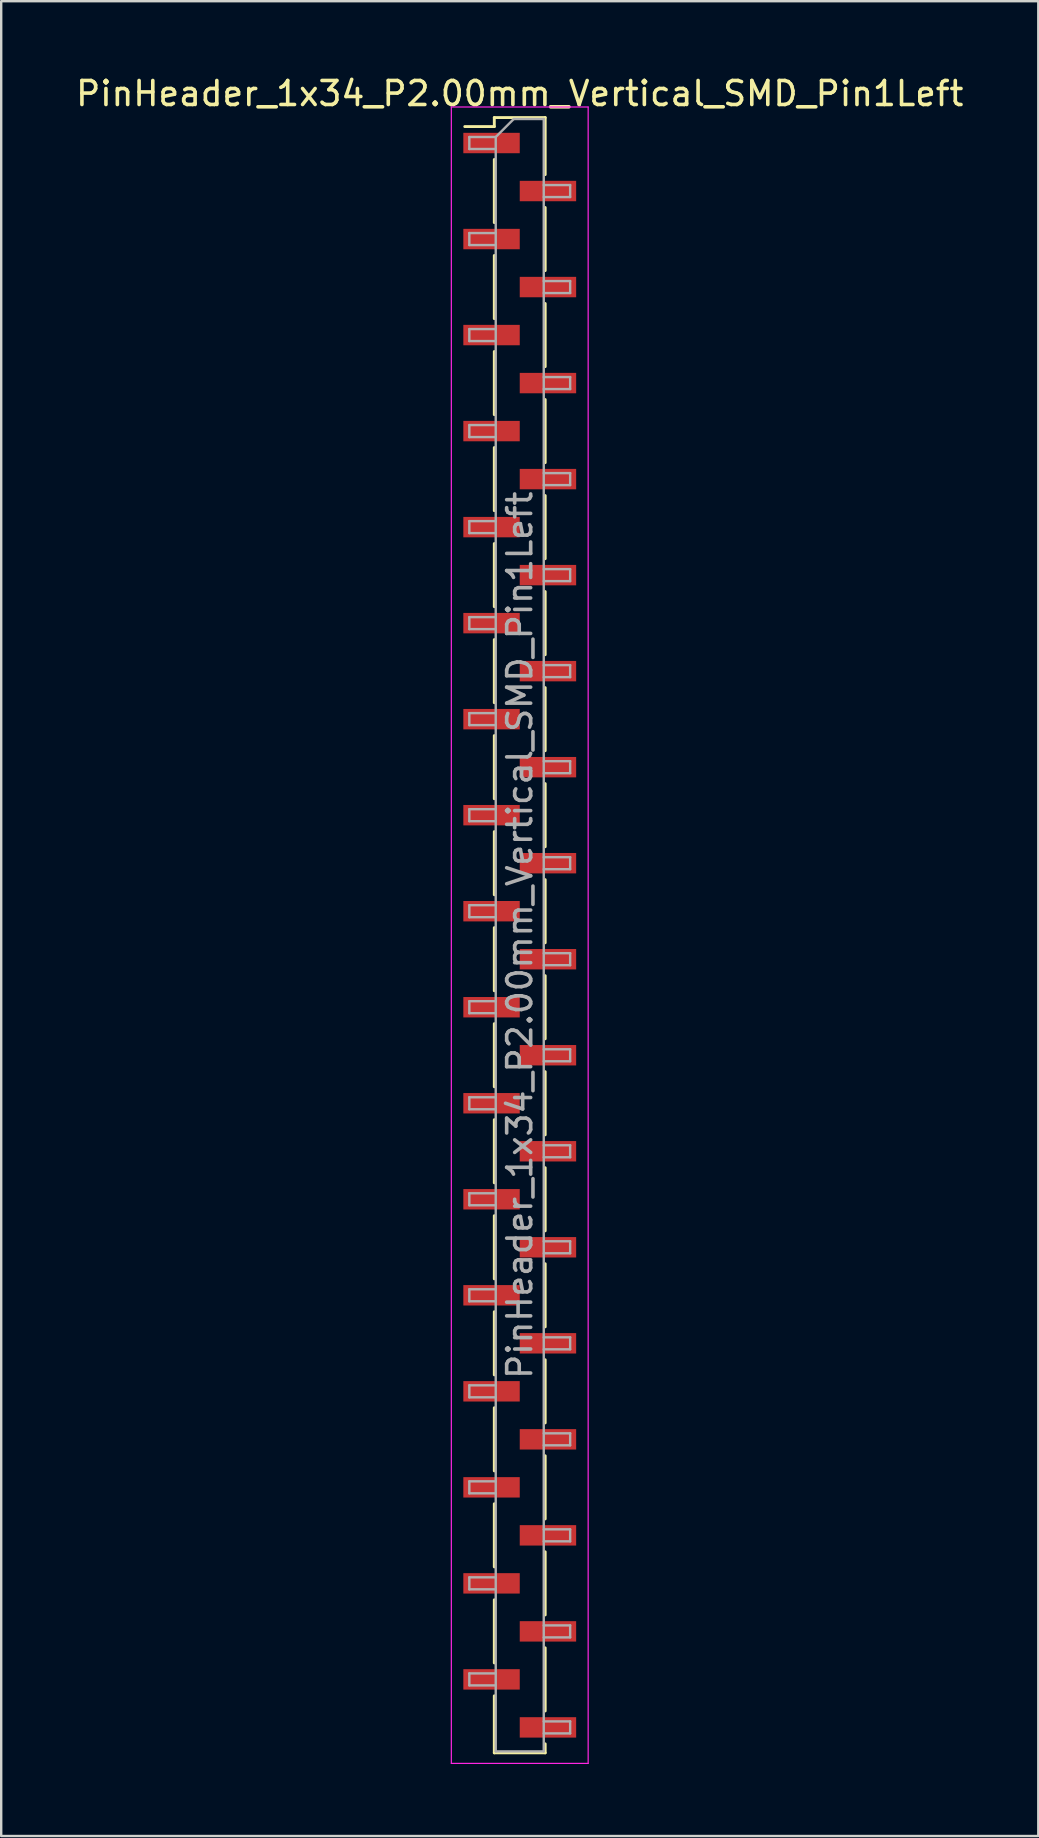
<source format=kicad_pcb>
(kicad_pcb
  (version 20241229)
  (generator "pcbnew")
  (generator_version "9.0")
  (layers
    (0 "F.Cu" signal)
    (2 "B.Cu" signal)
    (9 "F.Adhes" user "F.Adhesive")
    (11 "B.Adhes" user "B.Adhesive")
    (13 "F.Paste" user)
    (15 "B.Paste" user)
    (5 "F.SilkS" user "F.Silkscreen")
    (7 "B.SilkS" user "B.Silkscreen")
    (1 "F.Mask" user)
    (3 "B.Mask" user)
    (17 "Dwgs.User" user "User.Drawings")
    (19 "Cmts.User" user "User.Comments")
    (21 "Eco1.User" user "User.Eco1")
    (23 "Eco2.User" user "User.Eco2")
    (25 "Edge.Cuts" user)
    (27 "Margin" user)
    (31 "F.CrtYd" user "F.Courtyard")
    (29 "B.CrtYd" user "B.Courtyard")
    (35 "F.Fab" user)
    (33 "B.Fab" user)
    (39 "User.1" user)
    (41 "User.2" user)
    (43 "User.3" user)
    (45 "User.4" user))
  (footprint "PinHeader_1x34_P2.00mm_Vertical_SMD_Pin1Left"
    (layer "F.Cu")
    (at 18.601 35.908)
    (property "Reference" "PinHeader_1x34_P2.00mm_Vertical_SMD_Pin1Left" (at 0 -35.06 0) (layer "F.SilkS") (effects (font (size 1 1) (thickness 0.15))))
    (attr smd)
    (fp_line (start -1.06 -34.06) (end -1.06 -33.685) (stroke (width 0.12) (type solid)) (layer "F.SilkS"))
    (fp_line (start -1.06 -34.06) (end 1.06 -34.06) (stroke (width 0.12) (type solid)) (layer "F.SilkS"))
    (fp_line (start -1.06 -33.685) (end -2.29 -33.685) (stroke (width 0.12) (type solid)) (layer "F.SilkS"))
    (fp_line (start -1.06 -32.315) (end -1.06 -29.685) (stroke (width 0.12) (type solid)) (layer "F.SilkS"))
    (fp_line (start -1.06 -28.315) (end -1.06 -25.685) (stroke (width 0.12) (type solid)) (layer "F.SilkS"))
    (fp_line (start -1.06 -24.315) (end -1.06 -21.685) (stroke (width 0.12) (type solid)) (layer "F.SilkS"))
    (fp_line (start -1.06 -20.315) (end -1.06 -17.685) (stroke (width 0.12) (type solid)) (layer "F.SilkS"))
    (fp_line (start -1.06 -16.315) (end -1.06 -13.685) (stroke (width 0.12) (type solid)) (layer "F.SilkS"))
    (fp_line (start -1.06 -12.315) (end -1.06 -9.685) (stroke (width 0.12) (type solid)) (layer "F.SilkS"))
    (fp_line (start -1.06 -8.315) (end -1.06 -5.685) (stroke (width 0.12) (type solid)) (layer "F.SilkS"))
    (fp_line (start -1.06 -4.315) (end -1.06 -1.685) (stroke (width 0.12) (type solid)) (layer "F.SilkS"))
    (fp_line (start -1.06 -0.315) (end -1.06 2.315) (stroke (width 0.12) (type solid)) (layer "F.SilkS"))
    (fp_line (start -1.06 3.685) (end -1.06 6.315) (stroke (width 0.12) (type solid)) (layer "F.SilkS"))
    (fp_line (start -1.06 7.685) (end -1.06 10.315) (stroke (width 0.12) (type solid)) (layer "F.SilkS"))
    (fp_line (start -1.06 11.685) (end -1.06 14.315) (stroke (width 0.12) (type solid)) (layer "F.SilkS"))
    (fp_line (start -1.06 15.685) (end -1.06 18.315) (stroke (width 0.12) (type solid)) (layer "F.SilkS"))
    (fp_line (start -1.06 19.685) (end -1.06 22.315) (stroke (width 0.12) (type solid)) (layer "F.SilkS"))
    (fp_line (start -1.06 23.685) (end -1.06 26.315) (stroke (width 0.12) (type solid)) (layer "F.SilkS"))
    (fp_line (start -1.06 27.685) (end -1.06 30.315) (stroke (width 0.12) (type solid)) (layer "F.SilkS"))
    (fp_line (start -1.06 31.685) (end -1.06 34.06) (stroke (width 0.12) (type solid)) (layer "F.SilkS"))
    (fp_line (start -1.06 34.06) (end 1.06 34.06) (stroke (width 0.12) (type solid)) (layer "F.SilkS"))
    (fp_line (start 1.06 -34.06) (end 1.06 -31.685) (stroke (width 0.12) (type solid)) (layer "F.SilkS"))
    (fp_line (start 1.06 -30.315) (end 1.06 -27.685) (stroke (width 0.12) (type solid)) (layer "F.SilkS"))
    (fp_line (start 1.06 -26.315) (end 1.06 -23.685) (stroke (width 0.12) (type solid)) (layer "F.SilkS"))
    (fp_line (start 1.06 -22.315) (end 1.06 -19.685) (stroke (width 0.12) (type solid)) (layer "F.SilkS"))
    (fp_line (start 1.06 -18.315) (end 1.06 -15.685) (stroke (width 0.12) (type solid)) (layer "F.SilkS"))
    (fp_line (start 1.06 -14.315) (end 1.06 -11.685) (stroke (width 0.12) (type solid)) (layer "F.SilkS"))
    (fp_line (start 1.06 -10.315) (end 1.06 -7.685) (stroke (width 0.12) (type solid)) (layer "F.SilkS"))
    (fp_line (start 1.06 -6.315) (end 1.06 -3.685) (stroke (width 0.12) (type solid)) (layer "F.SilkS"))
    (fp_line (start 1.06 -2.315) (end 1.06 0.315) (stroke (width 0.12) (type solid)) (layer "F.SilkS"))
    (fp_line (start 1.06 1.685) (end 1.06 4.315) (stroke (width 0.12) (type solid)) (layer "F.SilkS"))
    (fp_line (start 1.06 5.685) (end 1.06 8.315) (stroke (width 0.12) (type solid)) (layer "F.SilkS"))
    (fp_line (start 1.06 9.685) (end 1.06 12.315) (stroke (width 0.12) (type solid)) (layer "F.SilkS"))
    (fp_line (start 1.06 13.685) (end 1.06 16.315) (stroke (width 0.12) (type solid)) (layer "F.SilkS"))
    (fp_line (start 1.06 17.685) (end 1.06 20.315) (stroke (width 0.12) (type solid)) (layer "F.SilkS"))
    (fp_line (start 1.06 21.685) (end 1.06 24.315) (stroke (width 0.12) (type solid)) (layer "F.SilkS"))
    (fp_line (start 1.06 25.685) (end 1.06 28.315) (stroke (width 0.12) (type solid)) (layer "F.SilkS"))
    (fp_line (start 1.06 29.685) (end 1.06 32.315) (stroke (width 0.12) (type solid)) (layer "F.SilkS"))
    (fp_line (start 1.06 33.685) (end 1.06 34.06) (stroke (width 0.12) (type solid)) (layer "F.SilkS"))
    (fp_line (start -2.85 -34.5) (end -2.85 34.5) (stroke (width 0.05) (type solid)) (layer "F.CrtYd"))
    (fp_line (start -2.85 34.5) (end 2.85 34.5) (stroke (width 0.05) (type solid)) (layer "F.CrtYd"))
    (fp_line (start 2.85 -34.5) (end -2.85 -34.5) (stroke (width 0.05) (type solid)) (layer "F.CrtYd"))
    (fp_line (start 2.85 34.5) (end 2.85 -34.5) (stroke (width 0.05) (type solid)) (layer "F.CrtYd"))
    (fp_line (start -2.1 -33.25) (end -2.1 -32.75) (stroke (width 0.1) (type solid)) (layer "F.Fab"))
    (fp_line (start -2.1 -32.75) (end -1 -32.75) (stroke (width 0.1) (type solid)) (layer "F.Fab"))
    (fp_line (start -2.1 -29.25) (end -2.1 -28.75) (stroke (width 0.1) (type solid)) (layer "F.Fab"))
    (fp_line (start -2.1 -28.75) (end -1 -28.75) (stroke (width 0.1) (type solid)) (layer "F.Fab"))
    (fp_line (start -2.1 -25.25) (end -2.1 -24.75) (stroke (width 0.1) (type solid)) (layer "F.Fab"))
    (fp_line (start -2.1 -24.75) (end -1 -24.75) (stroke (width 0.1) (type solid)) (layer "F.Fab"))
    (fp_line (start -2.1 -21.25) (end -2.1 -20.75) (stroke (width 0.1) (type solid)) (layer "F.Fab"))
    (fp_line (start -2.1 -20.75) (end -1 -20.75) (stroke (width 0.1) (type solid)) (layer "F.Fab"))
    (fp_line (start -2.1 -17.25) (end -2.1 -16.75) (stroke (width 0.1) (type solid)) (layer "F.Fab"))
    (fp_line (start -2.1 -16.75) (end -1 -16.75) (stroke (width 0.1) (type solid)) (layer "F.Fab"))
    (fp_line (start -2.1 -13.25) (end -2.1 -12.75) (stroke (width 0.1) (type solid)) (layer "F.Fab"))
    (fp_line (start -2.1 -12.75) (end -1 -12.75) (stroke (width 0.1) (type solid)) (layer "F.Fab"))
    (fp_line (start -2.1 -9.25) (end -2.1 -8.75) (stroke (width 0.1) (type solid)) (layer "F.Fab"))
    (fp_line (start -2.1 -8.75) (end -1 -8.75) (stroke (width 0.1) (type solid)) (layer "F.Fab"))
    (fp_line (start -2.1 -5.25) (end -2.1 -4.75) (stroke (width 0.1) (type solid)) (layer "F.Fab"))
    (fp_line (start -2.1 -4.75) (end -1 -4.75) (stroke (width 0.1) (type solid)) (layer "F.Fab"))
    (fp_line (start -2.1 -1.25) (end -2.1 -0.75) (stroke (width 0.1) (type solid)) (layer "F.Fab"))
    (fp_line (start -2.1 -0.75) (end -1 -0.75) (stroke (width 0.1) (type solid)) (layer "F.Fab"))
    (fp_line (start -2.1 2.75) (end -2.1 3.25) (stroke (width 0.1) (type solid)) (layer "F.Fab"))
    (fp_line (start -2.1 3.25) (end -1 3.25) (stroke (width 0.1) (type solid)) (layer "F.Fab"))
    (fp_line (start -2.1 6.75) (end -2.1 7.25) (stroke (width 0.1) (type solid)) (layer "F.Fab"))
    (fp_line (start -2.1 7.25) (end -1 7.25) (stroke (width 0.1) (type solid)) (layer "F.Fab"))
    (fp_line (start -2.1 10.75) (end -2.1 11.25) (stroke (width 0.1) (type solid)) (layer "F.Fab"))
    (fp_line (start -2.1 11.25) (end -1 11.25) (stroke (width 0.1) (type solid)) (layer "F.Fab"))
    (fp_line (start -2.1 14.75) (end -2.1 15.25) (stroke (width 0.1) (type solid)) (layer "F.Fab"))
    (fp_line (start -2.1 15.25) (end -1 15.25) (stroke (width 0.1) (type solid)) (layer "F.Fab"))
    (fp_line (start -2.1 18.75) (end -2.1 19.25) (stroke (width 0.1) (type solid)) (layer "F.Fab"))
    (fp_line (start -2.1 19.25) (end -1 19.25) (stroke (width 0.1) (type solid)) (layer "F.Fab"))
    (fp_line (start -2.1 22.75) (end -2.1 23.25) (stroke (width 0.1) (type solid)) (layer "F.Fab"))
    (fp_line (start -2.1 23.25) (end -1 23.25) (stroke (width 0.1) (type solid)) (layer "F.Fab"))
    (fp_line (start -2.1 26.75) (end -2.1 27.25) (stroke (width 0.1) (type solid)) (layer "F.Fab"))
    (fp_line (start -2.1 27.25) (end -1 27.25) (stroke (width 0.1) (type solid)) (layer "F.Fab"))
    (fp_line (start -2.1 30.75) (end -2.1 31.25) (stroke (width 0.1) (type solid)) (layer "F.Fab"))
    (fp_line (start -2.1 31.25) (end -1 31.25) (stroke (width 0.1) (type solid)) (layer "F.Fab"))
    (fp_line (start -1 -33.25) (end -2.1 -33.25) (stroke (width 0.1) (type solid)) (layer "F.Fab"))
    (fp_line (start -1 -33.25) (end -0.25 -34) (stroke (width 0.1) (type solid)) (layer "F.Fab"))
    (fp_line (start -1 -29.25) (end -2.1 -29.25) (stroke (width 0.1) (type solid)) (layer "F.Fab"))
    (fp_line (start -1 -25.25) (end -2.1 -25.25) (stroke (width 0.1) (type solid)) (layer "F.Fab"))
    (fp_line (start -1 -21.25) (end -2.1 -21.25) (stroke (width 0.1) (type solid)) (layer "F.Fab"))
    (fp_line (start -1 -17.25) (end -2.1 -17.25) (stroke (width 0.1) (type solid)) (layer "F.Fab"))
    (fp_line (start -1 -13.25) (end -2.1 -13.25) (stroke (width 0.1) (type solid)) (layer "F.Fab"))
    (fp_line (start -1 -9.25) (end -2.1 -9.25) (stroke (width 0.1) (type solid)) (layer "F.Fab"))
    (fp_line (start -1 -5.25) (end -2.1 -5.25) (stroke (width 0.1) (type solid)) (layer "F.Fab"))
    (fp_line (start -1 -1.25) (end -2.1 -1.25) (stroke (width 0.1) (type solid)) (layer "F.Fab"))
    (fp_line (start -1 2.75) (end -2.1 2.75) (stroke (width 0.1) (type solid)) (layer "F.Fab"))
    (fp_line (start -1 6.75) (end -2.1 6.75) (stroke (width 0.1) (type solid)) (layer "F.Fab"))
    (fp_line (start -1 10.75) (end -2.1 10.75) (stroke (width 0.1) (type solid)) (layer "F.Fab"))
    (fp_line (start -1 14.75) (end -2.1 14.75) (stroke (width 0.1) (type solid)) (layer "F.Fab"))
    (fp_line (start -1 18.75) (end -2.1 18.75) (stroke (width 0.1) (type solid)) (layer "F.Fab"))
    (fp_line (start -1 22.75) (end -2.1 22.75) (stroke (width 0.1) (type solid)) (layer "F.Fab"))
    (fp_line (start -1 26.75) (end -2.1 26.75) (stroke (width 0.1) (type solid)) (layer "F.Fab"))
    (fp_line (start -1 30.75) (end -2.1 30.75) (stroke (width 0.1) (type solid)) (layer "F.Fab"))
    (fp_line (start -1 34) (end -1 -33.25) (stroke (width 0.1) (type solid)) (layer "F.Fab"))
    (fp_line (start -0.25 -34) (end 1 -34) (stroke (width 0.1) (type solid)) (layer "F.Fab"))
    (fp_line (start 1 -34) (end 1 34) (stroke (width 0.1) (type solid)) (layer "F.Fab"))
    (fp_line (start 1 -31.25) (end 2.1 -31.25) (stroke (width 0.1) (type solid)) (layer "F.Fab"))
    (fp_line (start 1 -27.25) (end 2.1 -27.25) (stroke (width 0.1) (type solid)) (layer "F.Fab"))
    (fp_line (start 1 -23.25) (end 2.1 -23.25) (stroke (width 0.1) (type solid)) (layer "F.Fab"))
    (fp_line (start 1 -19.25) (end 2.1 -19.25) (stroke (width 0.1) (type solid)) (layer "F.Fab"))
    (fp_line (start 1 -15.25) (end 2.1 -15.25) (stroke (width 0.1) (type solid)) (layer "F.Fab"))
    (fp_line (start 1 -11.25) (end 2.1 -11.25) (stroke (width 0.1) (type solid)) (layer "F.Fab"))
    (fp_line (start 1 -7.25) (end 2.1 -7.25) (stroke (width 0.1) (type solid)) (layer "F.Fab"))
    (fp_line (start 1 -3.25) (end 2.1 -3.25) (stroke (width 0.1) (type solid)) (layer "F.Fab"))
    (fp_line (start 1 0.75) (end 2.1 0.75) (stroke (width 0.1) (type solid)) (layer "F.Fab"))
    (fp_line (start 1 4.75) (end 2.1 4.75) (stroke (width 0.1) (type solid)) (layer "F.Fab"))
    (fp_line (start 1 8.75) (end 2.1 8.75) (stroke (width 0.1) (type solid)) (layer "F.Fab"))
    (fp_line (start 1 12.75) (end 2.1 12.75) (stroke (width 0.1) (type solid)) (layer "F.Fab"))
    (fp_line (start 1 16.75) (end 2.1 16.75) (stroke (width 0.1) (type solid)) (layer "F.Fab"))
    (fp_line (start 1 20.75) (end 2.1 20.75) (stroke (width 0.1) (type solid)) (layer "F.Fab"))
    (fp_line (start 1 24.75) (end 2.1 24.75) (stroke (width 0.1) (type solid)) (layer "F.Fab"))
    (fp_line (start 1 28.75) (end 2.1 28.75) (stroke (width 0.1) (type solid)) (layer "F.Fab"))
    (fp_line (start 1 32.75) (end 2.1 32.75) (stroke (width 0.1) (type solid)) (layer "F.Fab"))
    (fp_line (start 1 34) (end -1 34) (stroke (width 0.1) (type solid)) (layer "F.Fab"))
    (fp_line (start 2.1 -31.25) (end 2.1 -30.75) (stroke (width 0.1) (type solid)) (layer "F.Fab"))
    (fp_line (start 2.1 -30.75) (end 1 -30.75) (stroke (width 0.1) (type solid)) (layer "F.Fab"))
    (fp_line (start 2.1 -27.25) (end 2.1 -26.75) (stroke (width 0.1) (type solid)) (layer "F.Fab"))
    (fp_line (start 2.1 -26.75) (end 1 -26.75) (stroke (width 0.1) (type solid)) (layer "F.Fab"))
    (fp_line (start 2.1 -23.25) (end 2.1 -22.75) (stroke (width 0.1) (type solid)) (layer "F.Fab"))
    (fp_line (start 2.1 -22.75) (end 1 -22.75) (stroke (width 0.1) (type solid)) (layer "F.Fab"))
    (fp_line (start 2.1 -19.25) (end 2.1 -18.75) (stroke (width 0.1) (type solid)) (layer "F.Fab"))
    (fp_line (start 2.1 -18.75) (end 1 -18.75) (stroke (width 0.1) (type solid)) (layer "F.Fab"))
    (fp_line (start 2.1 -15.25) (end 2.1 -14.75) (stroke (width 0.1) (type solid)) (layer "F.Fab"))
    (fp_line (start 2.1 -14.75) (end 1 -14.75) (stroke (width 0.1) (type solid)) (layer "F.Fab"))
    (fp_line (start 2.1 -11.25) (end 2.1 -10.75) (stroke (width 0.1) (type solid)) (layer "F.Fab"))
    (fp_line (start 2.1 -10.75) (end 1 -10.75) (stroke (width 0.1) (type solid)) (layer "F.Fab"))
    (fp_line (start 2.1 -7.25) (end 2.1 -6.75) (stroke (width 0.1) (type solid)) (layer "F.Fab"))
    (fp_line (start 2.1 -6.75) (end 1 -6.75) (stroke (width 0.1) (type solid)) (layer "F.Fab"))
    (fp_line (start 2.1 -3.25) (end 2.1 -2.75) (stroke (width 0.1) (type solid)) (layer "F.Fab"))
    (fp_line (start 2.1 -2.75) (end 1 -2.75) (stroke (width 0.1) (type solid)) (layer "F.Fab"))
    (fp_line (start 2.1 0.75) (end 2.1 1.25) (stroke (width 0.1) (type solid)) (layer "F.Fab"))
    (fp_line (start 2.1 1.25) (end 1 1.25) (stroke (width 0.1) (type solid)) (layer "F.Fab"))
    (fp_line (start 2.1 4.75) (end 2.1 5.25) (stroke (width 0.1) (type solid)) (layer "F.Fab"))
    (fp_line (start 2.1 5.25) (end 1 5.25) (stroke (width 0.1) (type solid)) (layer "F.Fab"))
    (fp_line (start 2.1 8.75) (end 2.1 9.25) (stroke (width 0.1) (type solid)) (layer "F.Fab"))
    (fp_line (start 2.1 9.25) (end 1 9.25) (stroke (width 0.1) (type solid)) (layer "F.Fab"))
    (fp_line (start 2.1 12.75) (end 2.1 13.25) (stroke (width 0.1) (type solid)) (layer "F.Fab"))
    (fp_line (start 2.1 13.25) (end 1 13.25) (stroke (width 0.1) (type solid)) (layer "F.Fab"))
    (fp_line (start 2.1 16.75) (end 2.1 17.25) (stroke (width 0.1) (type solid)) (layer "F.Fab"))
    (fp_line (start 2.1 17.25) (end 1 17.25) (stroke (width 0.1) (type solid)) (layer "F.Fab"))
    (fp_line (start 2.1 20.75) (end 2.1 21.25) (stroke (width 0.1) (type solid)) (layer "F.Fab"))
    (fp_line (start 2.1 21.25) (end 1 21.25) (stroke (width 0.1) (type solid)) (layer "F.Fab"))
    (fp_line (start 2.1 24.75) (end 2.1 25.25) (stroke (width 0.1) (type solid)) (layer "F.Fab"))
    (fp_line (start 2.1 25.25) (end 1 25.25) (stroke (width 0.1) (type solid)) (layer "F.Fab"))
    (fp_line (start 2.1 28.75) (end 2.1 29.25) (stroke (width 0.1) (type solid)) (layer "F.Fab"))
    (fp_line (start 2.1 29.25) (end 1 29.25) (stroke (width 0.1) (type solid)) (layer "F.Fab"))
    (fp_line (start 2.1 32.75) (end 2.1 33.25) (stroke (width 0.1) (type solid)) (layer "F.Fab"))
    (fp_line (start 2.1 33.25) (end 1 33.25) (stroke (width 0.1) (type solid)) (layer "F.Fab"))
    (fp_text user "${REFERENCE}" (at 0 0 90) (layer "F.Fab") (effects (font (size 1 1) (thickness 0.15))))
    (pad "1" smd rect (at -1.175 -33) (size 2.35 0.85) (layers "F.Cu" "F.Mask" "F.Paste"))
    (pad "2" smd rect (at 1.175 -31) (size 2.35 0.85) (layers "F.Cu" "F.Mask" "F.Paste"))
    (pad "3" smd rect (at -1.175 -29) (size 2.35 0.85) (layers "F.Cu" "F.Mask" "F.Paste"))
    (pad "4" smd rect (at 1.175 -27) (size 2.35 0.85) (layers "F.Cu" "F.Mask" "F.Paste"))
    (pad "5" smd rect (at -1.175 -25) (size 2.35 0.85) (layers "F.Cu" "F.Mask" "F.Paste"))
    (pad "6" smd rect (at 1.175 -23) (size 2.35 0.85) (layers "F.Cu" "F.Mask" "F.Paste"))
    (pad "7" smd rect (at -1.175 -21) (size 2.35 0.85) (layers "F.Cu" "F.Mask" "F.Paste"))
    (pad "8" smd rect (at 1.175 -19) (size 2.35 0.85) (layers "F.Cu" "F.Mask" "F.Paste"))
    (pad "9" smd rect (at -1.175 -17) (size 2.35 0.85) (layers "F.Cu" "F.Mask" "F.Paste"))
    (pad "10" smd rect (at 1.175 -15) (size 2.35 0.85) (layers "F.Cu" "F.Mask" "F.Paste"))
    (pad "11" smd rect (at -1.175 -13) (size 2.35 0.85) (layers "F.Cu" "F.Mask" "F.Paste"))
    (pad "12" smd rect (at 1.175 -11) (size 2.35 0.85) (layers "F.Cu" "F.Mask" "F.Paste"))
    (pad "13" smd rect (at -1.175 -9) (size 2.35 0.85) (layers "F.Cu" "F.Mask" "F.Paste"))
    (pad "14" smd rect (at 1.175 -7) (size 2.35 0.85) (layers "F.Cu" "F.Mask" "F.Paste"))
    (pad "15" smd rect (at -1.175 -5) (size 2.35 0.85) (layers "F.Cu" "F.Mask" "F.Paste"))
    (pad "16" smd rect (at 1.175 -3) (size 2.35 0.85) (layers "F.Cu" "F.Mask" "F.Paste"))
    (pad "17" smd rect (at -1.175 -1) (size 2.35 0.85) (layers "F.Cu" "F.Mask" "F.Paste"))
    (pad "18" smd rect (at 1.175 1) (size 2.35 0.85) (layers "F.Cu" "F.Mask" "F.Paste"))
    (pad "19" smd rect (at -1.175 3) (size 2.35 0.85) (layers "F.Cu" "F.Mask" "F.Paste"))
    (pad "20" smd rect (at 1.175 5) (size 2.35 0.85) (layers "F.Cu" "F.Mask" "F.Paste"))
    (pad "21" smd rect (at -1.175 7) (size 2.35 0.85) (layers "F.Cu" "F.Mask" "F.Paste"))
    (pad "22" smd rect (at 1.175 9) (size 2.35 0.85) (layers "F.Cu" "F.Mask" "F.Paste"))
    (pad "23" smd rect (at -1.175 11) (size 2.35 0.85) (layers "F.Cu" "F.Mask" "F.Paste"))
    (pad "24" smd rect (at 1.175 13) (size 2.35 0.85) (layers "F.Cu" "F.Mask" "F.Paste"))
    (pad "25" smd rect (at -1.175 15) (size 2.35 0.85) (layers "F.Cu" "F.Mask" "F.Paste"))
    (pad "26" smd rect (at 1.175 17) (size 2.35 0.85) (layers "F.Cu" "F.Mask" "F.Paste"))
    (pad "27" smd rect (at -1.175 19) (size 2.35 0.85) (layers "F.Cu" "F.Mask" "F.Paste"))
    (pad "28" smd rect (at 1.175 21) (size 2.35 0.85) (layers "F.Cu" "F.Mask" "F.Paste"))
    (pad "29" smd rect (at -1.175 23) (size 2.35 0.85) (layers "F.Cu" "F.Mask" "F.Paste"))
    (pad "30" smd rect (at 1.175 25) (size 2.35 0.85) (layers "F.Cu" "F.Mask" "F.Paste"))
    (pad "31" smd rect (at -1.175 27) (size 2.35 0.85) (layers "F.Cu" "F.Mask" "F.Paste"))
    (pad "32" smd rect (at 1.175 29) (size 2.35 0.85) (layers "F.Cu" "F.Mask" "F.Paste"))
    (pad "33" smd rect (at -1.175 31) (size 2.35 0.85) (layers "F.Cu" "F.Mask" "F.Paste"))
    (pad "34" smd rect (at 1.175 33) (size 2.35 0.85) (layers "F.Cu" "F.Mask" "F.Paste")))
  (gr_rect
    (start -3 -3)
    (end 40.202 73.433)
    (stroke (width 0.1) (type default))
    (fill no)
    (layer "Edge.Cuts")))
</source>
